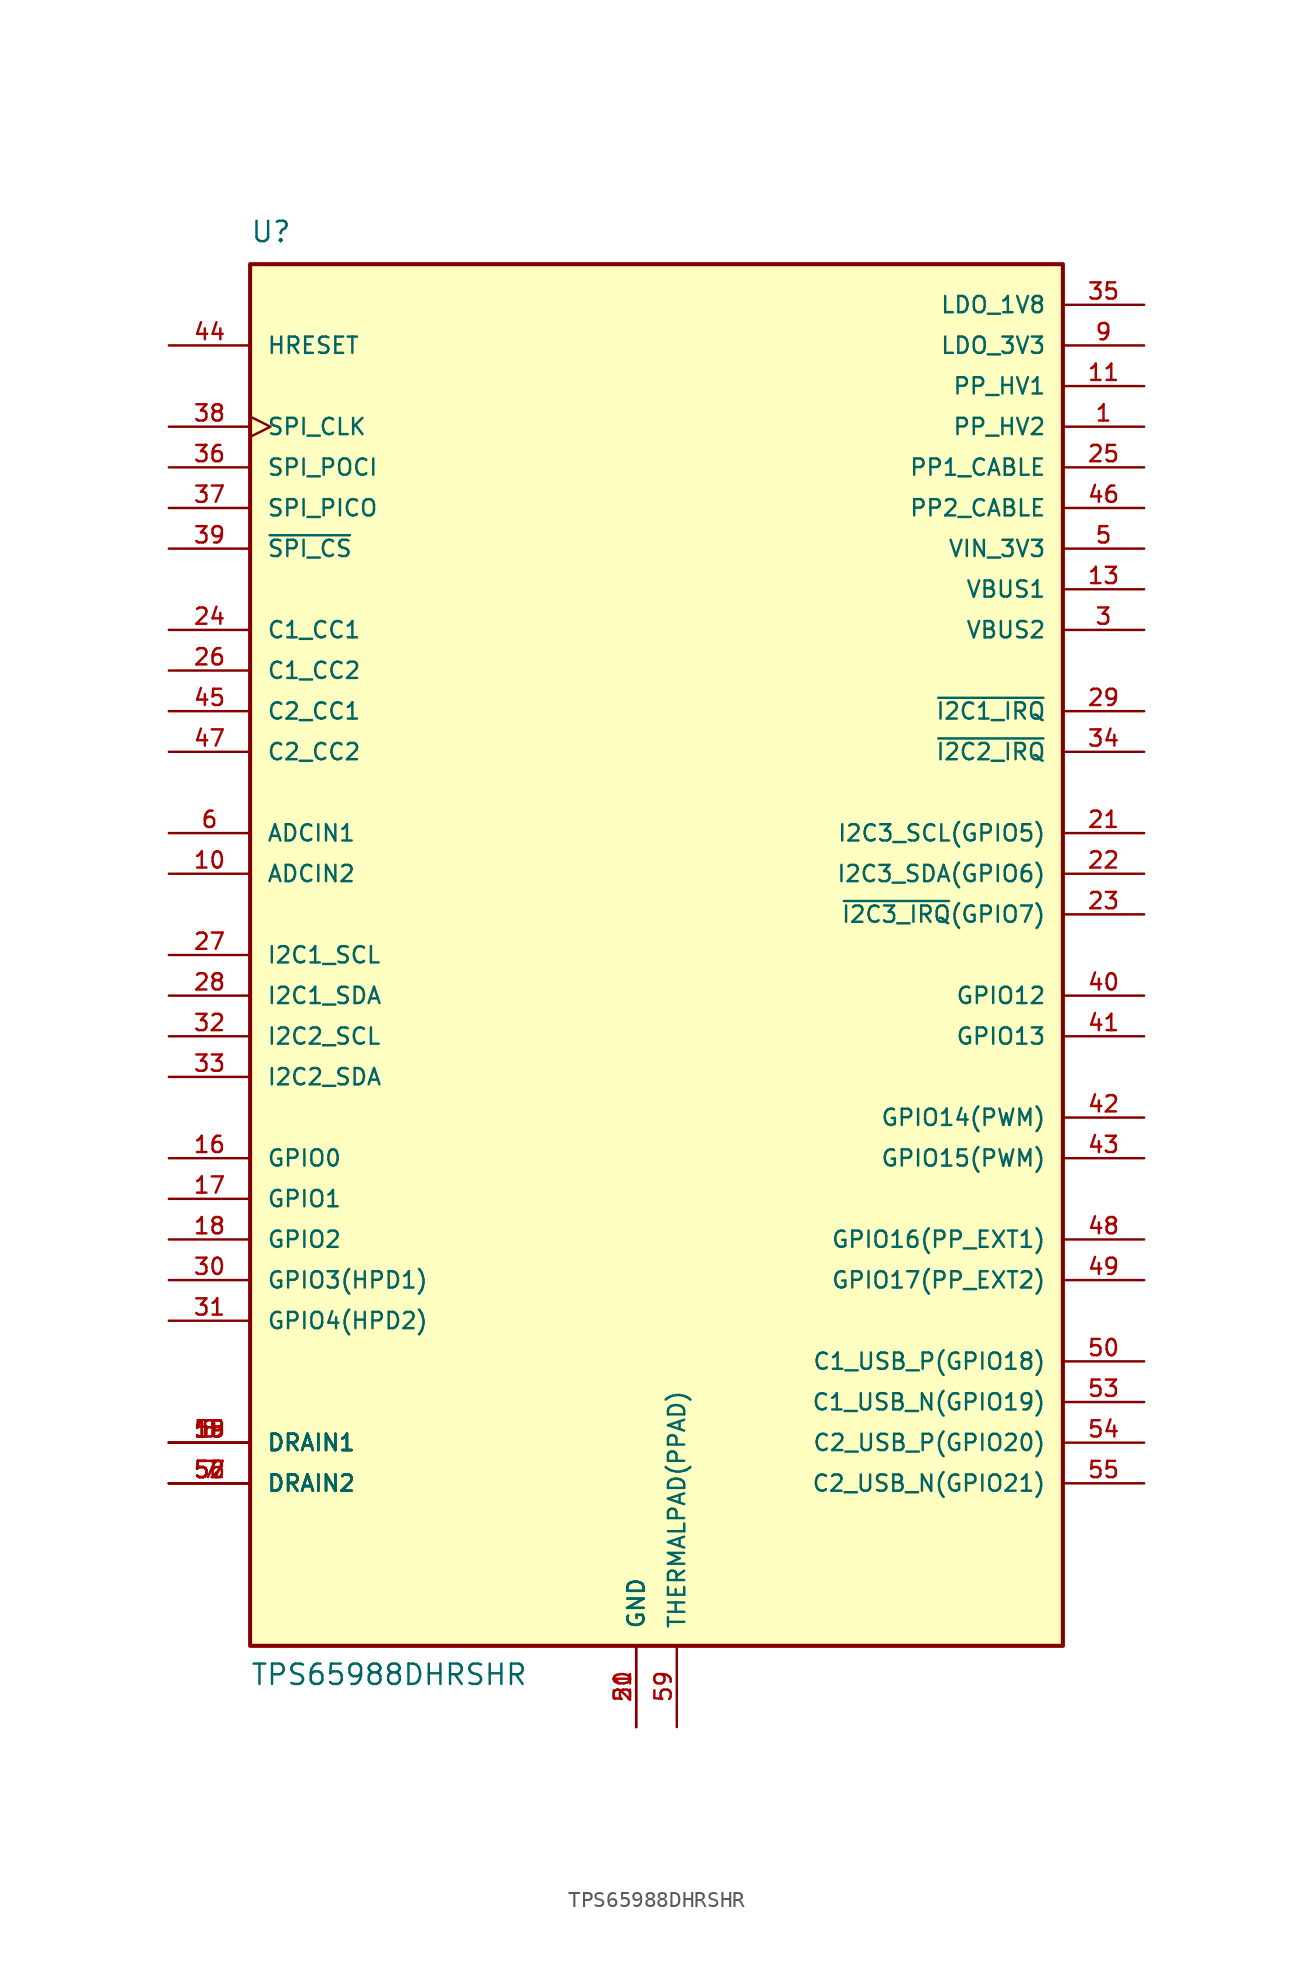
<source format=kicad_sym>
(kicad_symbol_lib
  (version 20231120)
  (generator "kicad_symbol_editor")
  (generator_version "8.0")
  (symbol "TPS65988DHRSHR"
    (pin_names
      (offset 1.016))
    (property "Reference" "U"
      (at -25.404 44.458 0)
      (effects (font (size 1.27 1.27)) (justify left bottom)))
    (property "Value" "TPS65988DHRSHR"
      (at -25.401 -45.723 0)
      (effects (font (size 1.27 1.27)) (justify left bottom)))
    (symbol "TPS65988DHRSHR_0_0"
      (rectangle (start -25.4 -43.18) (end 25.4 43.18) (stroke (width 0.254) (type default)) (fill (type background)))
      (pin power_in line (at 30.48 33.02 180) (length 5.08) (name "PP_HV2" (effects (font (size 1.016 1.016)))) (number "1" (effects (font (size 1.016 1.016)))))
      (pin input line (at -30.48 5.08 0) (length 5.08) (name "ADCIN2" (effects (font (size 1.016 1.016)))) (number "10" (effects (font (size 1.016 1.016)))))
      (pin power_in line (at 30.48 35.56 180) (length 5.08) (name "PP_HV1" (effects (font (size 1.016 1.016)))) (number "11" (effects (font (size 1.016 1.016)))))
      (pin power_in line (at 30.48 22.86 180) (length 5.08) (name "VBUS1" (effects (font (size 1.016 1.016)))) (number "13" (effects (font (size 1.016 1.016)))))
      (pin passive line (at -30.48 -30.48 0) (length 5.08) (name "DRAIN1" (effects (font (size 1.016 1.016)))) (number "15" (effects (font (size 1.016 1.016)))))
      (pin bidirectional line (at -30.48 -12.7 0) (length 5.08) (name "GPIO0" (effects (font (size 1.016 1.016)))) (number "16" (effects (font (size 1.016 1.016)))))
      (pin bidirectional line (at -30.48 -15.24 0) (length 5.08) (name "GPIO1" (effects (font (size 1.016 1.016)))) (number "17" (effects (font (size 1.016 1.016)))))
      (pin bidirectional line (at -30.48 -17.78 0) (length 5.08) (name "GPIO2" (effects (font (size 1.016 1.016)))) (number "18" (effects (font (size 1.016 1.016)))))
      (pin passive line (at -30.48 -30.48 0) (length 5.08) (name "DRAIN1" (effects (font (size 1.016 1.016)))) (number "19" (effects (font (size 1.016 1.016)))))
      (pin power_in line (at -1.27 -48.26 90) (length 5.08) (name "GND" (effects (font (size 1.016 1.016)))) (number "20" (effects (font (size 1.016 1.016)))))
      (pin bidirectional line (at 30.48 7.62 180) (length 5.08) (name "I2C3_SCL(GPIO5)" (effects (font (size 1.016 1.016)))) (number "21" (effects (font (size 1.016 1.016)))))
      (pin bidirectional line (at 30.48 5.08 180) (length 5.08) (name "I2C3_SDA(GPIO6)" (effects (font (size 1.016 1.016)))) (number "22" (effects (font (size 1.016 1.016)))))
      (pin bidirectional line (at 30.48 2.54 180) (length 5.08) (name "~{I2C3_IRQ}(GPIO7)" (effects (font (size 1.016 1.016)))) (number "23" (effects (font (size 1.016 1.016)))))
      (pin bidirectional line (at -30.48 20.32 0) (length 5.08) (name "C1_CC1" (effects (font (size 1.016 1.016)))) (number "24" (effects (font (size 1.016 1.016)))))
      (pin power_in line (at 30.48 30.48 180) (length 5.08) (name "PP1_CABLE" (effects (font (size 1.016 1.016)))) (number "25" (effects (font (size 1.016 1.016)))))
      (pin bidirectional line (at -30.48 17.78 0) (length 5.08) (name "C1_CC2" (effects (font (size 1.016 1.016)))) (number "26" (effects (font (size 1.016 1.016)))))
      (pin bidirectional line (at -30.48 0 0) (length 5.08) (name "I2C1_SCL" (effects (font (size 1.016 1.016)))) (number "27" (effects (font (size 1.016 1.016)))))
      (pin bidirectional line (at -30.48 -2.54 0) (length 5.08) (name "I2C1_SDA" (effects (font (size 1.016 1.016)))) (number "28" (effects (font (size 1.016 1.016)))))
      (pin output line (at 30.48 15.24 180) (length 5.08) (name "~{I2C1_IRQ}" (effects (font (size 1.016 1.016)))) (number "29" (effects (font (size 1.016 1.016)))))
      (pin power_in line (at 30.48 20.32 180) (length 5.08) (name "VBUS2" (effects (font (size 1.016 1.016)))) (number "3" (effects (font (size 1.016 1.016)))))
      (pin bidirectional line (at -30.48 -20.32 0) (length 5.08) (name "GPIO3(HPD1)" (effects (font (size 1.016 1.016)))) (number "30" (effects (font (size 1.016 1.016)))))
      (pin bidirectional line (at -30.48 -22.86 0) (length 5.08) (name "GPIO4(HPD2)" (effects (font (size 1.016 1.016)))) (number "31" (effects (font (size 1.016 1.016)))))
      (pin bidirectional line (at -30.48 -5.08 0) (length 5.08) (name "I2C2_SCL" (effects (font (size 1.016 1.016)))) (number "32" (effects (font (size 1.016 1.016)))))
      (pin bidirectional line (at -30.48 -7.62 0) (length 5.08) (name "I2C2_SDA" (effects (font (size 1.016 1.016)))) (number "33" (effects (font (size 1.016 1.016)))))
      (pin output line (at 30.48 12.7 180) (length 5.08) (name "~{I2C2_IRQ}" (effects (font (size 1.016 1.016)))) (number "34" (effects (font (size 1.016 1.016)))))
      (pin power_in line (at 30.48 40.64 180) (length 5.08) (name "LDO_1V8" (effects (font (size 1.016 1.016)))) (number "35" (effects (font (size 1.016 1.016)))))
      (pin bidirectional line (at -30.48 30.48 0) (length 5.08) (name "SPI_POCI" (effects (font (size 1.016 1.016)))) (number "36" (effects (font (size 1.016 1.016)))))
      (pin bidirectional line (at -30.48 27.94 0) (length 5.08) (name "SPI_PICO" (effects (font (size 1.016 1.016)))) (number "37" (effects (font (size 1.016 1.016)))))
      (pin bidirectional clock (at -30.48 33.02 0) (length 5.08) (name "SPI_CLK" (effects (font (size 1.016 1.016)))) (number "38" (effects (font (size 1.016 1.016)))))
      (pin bidirectional line (at -30.48 25.4 0) (length 5.08) (name "~{SPI_CS}" (effects (font (size 1.016 1.016)))) (number "39" (effects (font (size 1.016 1.016)))))
      (pin bidirectional line (at 30.48 -2.54 180) (length 5.08) (name "GPIO12" (effects (font (size 1.016 1.016)))) (number "40" (effects (font (size 1.016 1.016)))))
      (pin bidirectional line (at 30.48 -5.08 180) (length 5.08) (name "GPIO13" (effects (font (size 1.016 1.016)))) (number "41" (effects (font (size 1.016 1.016)))))
      (pin bidirectional line (at 30.48 -10.16 180) (length 5.08) (name "GPIO14(PWM)" (effects (font (size 1.016 1.016)))) (number "42" (effects (font (size 1.016 1.016)))))
      (pin bidirectional line (at 30.48 -12.7 180) (length 5.08) (name "GPIO15(PWM)" (effects (font (size 1.016 1.016)))) (number "43" (effects (font (size 1.016 1.016)))))
      (pin bidirectional line (at -30.48 38.1 0) (length 5.08) (name "HRESET" (effects (font (size 1.016 1.016)))) (number "44" (effects (font (size 1.016 1.016)))))
      (pin bidirectional line (at -30.48 15.24 0) (length 5.08) (name "C2_CC1" (effects (font (size 1.016 1.016)))) (number "45" (effects (font (size 1.016 1.016)))))
      (pin power_in line (at 30.48 27.94 180) (length 5.08) (name "PP2_CABLE" (effects (font (size 1.016 1.016)))) (number "46" (effects (font (size 1.016 1.016)))))
      (pin bidirectional line (at -30.48 12.7 0) (length 5.08) (name "C2_CC2" (effects (font (size 1.016 1.016)))) (number "47" (effects (font (size 1.016 1.016)))))
      (pin bidirectional line (at 30.48 -17.78 180) (length 5.08) (name "GPIO16(PP_EXT1)" (effects (font (size 1.016 1.016)))) (number "48" (effects (font (size 1.016 1.016)))))
      (pin bidirectional line (at 30.48 -20.32 180) (length 5.08) (name "GPIO17(PP_EXT2)" (effects (font (size 1.016 1.016)))) (number "49" (effects (font (size 1.016 1.016)))))
      (pin power_in line (at 30.48 25.4 180) (length 5.08) (name "VIN_3V3" (effects (font (size 1.016 1.016)))) (number "5" (effects (font (size 1.016 1.016)))))
      (pin bidirectional line (at 30.48 -25.4 180) (length 5.08) (name "C1_USB_P(GPIO18)" (effects (font (size 1.016 1.016)))) (number "50" (effects (font (size 1.016 1.016)))))
      (pin power_in line (at -1.27 -48.26 90) (length 5.08) (name "GND" (effects (font (size 1.016 1.016)))) (number "51" (effects (font (size 1.016 1.016)))))
      (pin passive line (at -30.48 -33.02 0) (length 5.08) (name "DRAIN2" (effects (font (size 1.016 1.016)))) (number "52" (effects (font (size 1.016 1.016)))))
      (pin bidirectional line (at 30.48 -27.94 180) (length 5.08) (name "C1_USB_N(GPIO19)" (effects (font (size 1.016 1.016)))) (number "53" (effects (font (size 1.016 1.016)))))
      (pin bidirectional line (at 30.48 -30.48 180) (length 5.08) (name "C2_USB_P(GPIO20)" (effects (font (size 1.016 1.016)))) (number "54" (effects (font (size 1.016 1.016)))))
      (pin bidirectional line (at 30.48 -33.02 180) (length 5.08) (name "C2_USB_N(GPIO21)" (effects (font (size 1.016 1.016)))) (number "55" (effects (font (size 1.016 1.016)))))
      (pin passive line (at -30.48 -33.02 0) (length 5.08) (name "DRAIN2" (effects (font (size 1.016 1.016)))) (number "56" (effects (font (size 1.016 1.016)))))
      (pin passive line (at -30.48 -33.02 0) (length 5.08) (name "DRAIN2" (effects (font (size 1.016 1.016)))) (number "57" (effects (font (size 1.016 1.016)))))
      (pin passive line (at -30.48 -30.48 0) (length 5.08) (name "DRAIN1" (effects (font (size 1.016 1.016)))) (number "58" (effects (font (size 1.016 1.016)))))
      (pin power_in line (at 1.27 -48.26 90) (length 5.08) (name "THERMALPAD(PPAD)" (effects (font (size 1.016 1.016)))) (number "59" (effects (font (size 1.016 1.016)))))
      (pin input line (at -30.48 7.62 0) (length 5.08) (name "ADCIN1" (effects (font (size 1.016 1.016)))) (number "6" (effects (font (size 1.016 1.016)))))
      (pin passive line (at -30.48 -33.02 0) (length 5.08) (name "DRAIN2" (effects (font (size 1.016 1.016)))) (number "7" (effects (font (size 1.016 1.016)))))
      (pin passive line (at -30.48 -30.48 0) (length 5.08) (name "DRAIN1" (effects (font (size 1.016 1.016)))) (number "8" (effects (font (size 1.016 1.016)))))
      (pin power_in line (at 30.48 38.1 180) (length 5.08) (name "LDO_3V3" (effects (font (size 1.016 1.016)))) (number "9" (effects (font (size 1.016 1.016))))))
    (symbol "TPS65988DHRSHR_1_0"
      (pin power_in line (at 30.48 35.56 180) (length 5.08) hide (name "PP_HV1" (effects (font (size 1.016 1.016)))) (number "12" (effects (font (size 1.016 1.016)))))
      (pin power_in line (at 30.48 22.86 180) (length 5.08) hide (name "VBUS1" (effects (font (size 1.016 1.016)))) (number "14" (effects (font (size 1.016 1.016)))))
      (pin power_in line (at 30.48 33.02 180) (length 5.08) hide (name "PP_HV2" (effects (font (size 1.016 1.016)))) (number "2" (effects (font (size 1.016 1.016)))))
      (pin power_in line (at 30.48 20.32 180) (length 5.08) hide (name "VBUS2" (effects (font (size 1.016 1.016)))) (number "4" (effects (font (size 1.016 1.016))))))))
</source>
